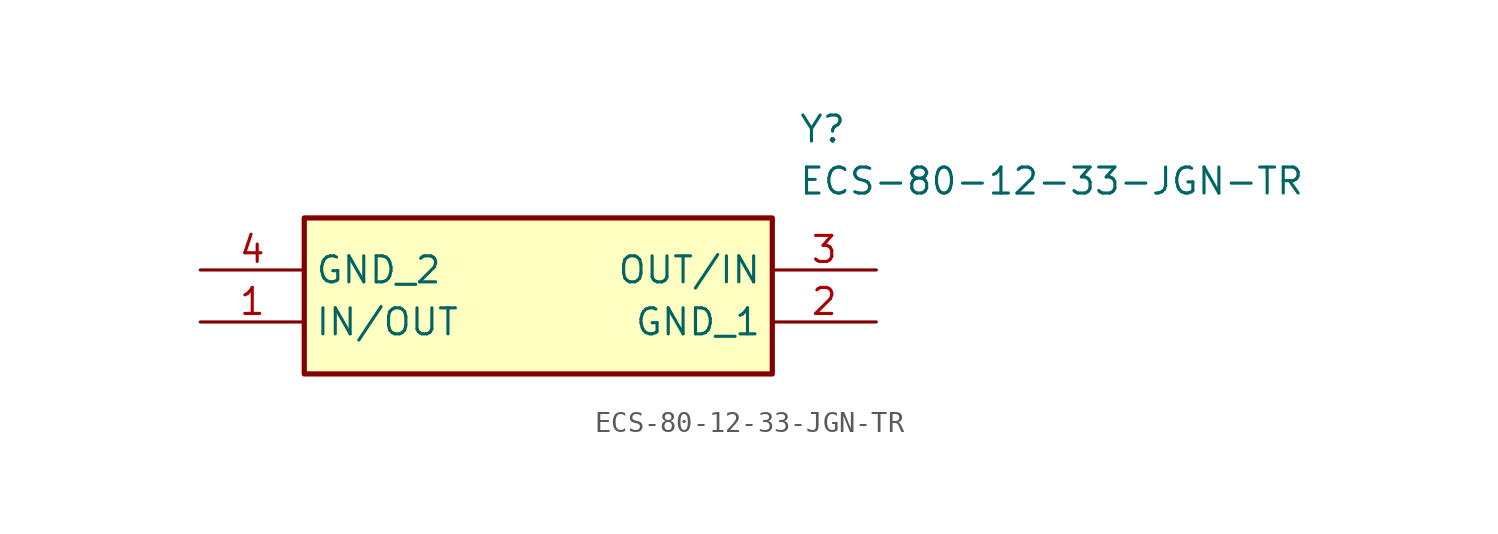
<source format=kicad_sym>
(kicad_symbol_lib
  (version 20211014)
  (generator SamacSys_ECAD_Model)
  (symbol "ECS-80-12-33-JGN-TR"
    (property "Reference" "Y"
      (at 29.21 7.62 0)
      (effects (font (size 1.27 1.27)) (justify left top)))
    (property "Value" "ECS-80-12-33-JGN-TR"
      (at 29.21 5.08 0)
      (effects (font (size 1.27 1.27)) (justify left top)))
    (rectangle
      (start 5.08 2.54)
      (end 27.94 -5.08)
      (stroke (width 0.254) (type default))
      (fill (type background)))
    (pin passive line
      (at 0 -2.54 0)
      (length 5.08)
      (name "IN/OUT" (effects (font (size 1.27 1.27))))
      (number "1" (effects (font (size 1.27 1.27)))))
    (pin passive line
      (at 33.02 -2.54 180)
      (length 5.08)
      (name "GND_1" (effects (font (size 1.27 1.27))))
      (number "2" (effects (font (size 1.27 1.27)))))
    (pin passive line
      (at 33.02 0 180)
      (length 5.08)
      (name "OUT/IN" (effects (font (size 1.27 1.27))))
      (number "3" (effects (font (size 1.27 1.27)))))
    (pin passive line
      (at 0 0 0)
      (length 5.08)
      (name "GND_2" (effects (font (size 1.27 1.27))))
      (number "4" (effects (font (size 1.27 1.27)))))))
</source>
